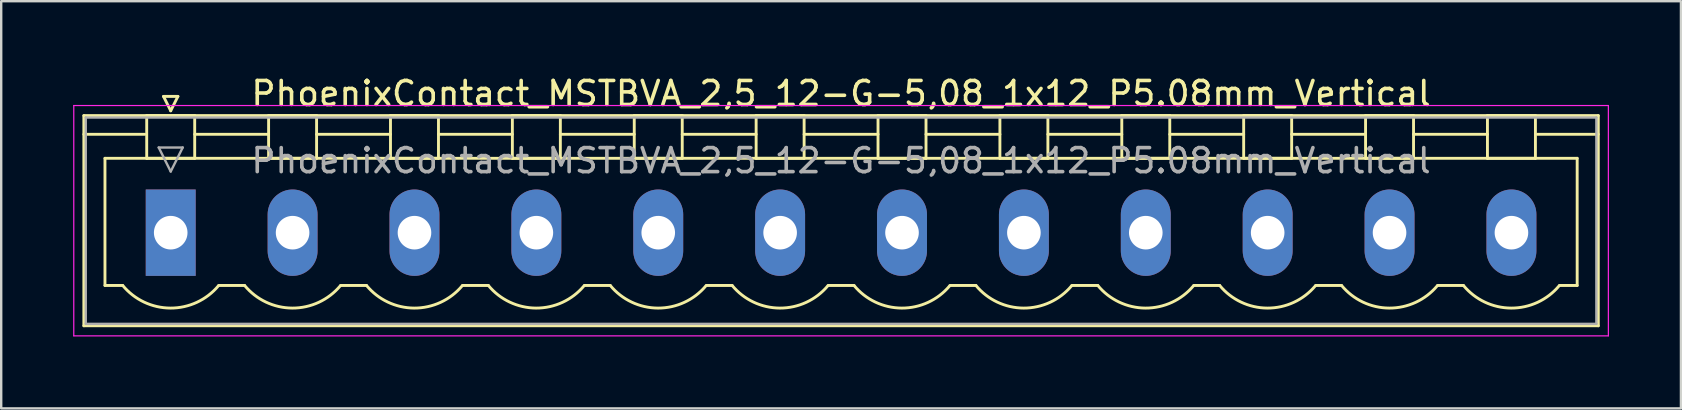
<source format=kicad_pcb>
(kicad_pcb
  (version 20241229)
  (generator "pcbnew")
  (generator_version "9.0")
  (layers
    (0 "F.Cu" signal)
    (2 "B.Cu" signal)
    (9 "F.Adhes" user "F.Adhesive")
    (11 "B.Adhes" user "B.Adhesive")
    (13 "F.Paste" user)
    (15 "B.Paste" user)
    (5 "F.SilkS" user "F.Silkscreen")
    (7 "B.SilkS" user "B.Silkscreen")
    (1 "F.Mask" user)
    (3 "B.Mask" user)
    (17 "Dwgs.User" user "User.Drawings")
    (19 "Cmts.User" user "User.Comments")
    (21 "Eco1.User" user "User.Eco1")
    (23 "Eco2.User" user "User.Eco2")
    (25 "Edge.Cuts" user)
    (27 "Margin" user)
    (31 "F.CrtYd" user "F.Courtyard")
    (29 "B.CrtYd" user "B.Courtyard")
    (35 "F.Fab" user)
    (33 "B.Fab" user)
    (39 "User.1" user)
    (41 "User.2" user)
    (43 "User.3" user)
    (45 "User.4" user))
  (footprint "PhoenixContact_MSTBVA_2,5_12-G-5,08_1x12_P5.08mm_Vertical"
    (layer "F.Cu")
    (at 4.065 6.648)
    (property "Reference" "PhoenixContact_MSTBVA_2,5_12-G-5,08_1x12_P5.08mm_Vertical" (at 27.94 -5.8 0) (layer "F.SilkS") (effects (font (size 1 1) (thickness 0.15))))
    (attr through_hole)
    (fp_line (start -3.62 -4.88) (end -3.62 3.88) (stroke (width 0.12) (type solid)) (layer "F.SilkS"))
    (fp_line (start -3.62 -4.1) (end -1.08 -4.1) (stroke (width 0.12) (type solid)) (layer "F.SilkS"))
    (fp_line (start -3.62 3.88) (end 59.5 3.88) (stroke (width 0.12) (type solid)) (layer "F.SilkS"))
    (fp_line (start -2.74 -3.1) (end 58.62 -3.1) (stroke (width 0.12) (type solid)) (layer "F.SilkS"))
    (fp_line (start -2.74 2.2) (end -2.74 -3.1) (stroke (width 0.12) (type solid)) (layer "F.SilkS"))
    (fp_line (start -2 2.2) (end -2.74 2.2) (stroke (width 0.12) (type solid)) (layer "F.SilkS"))
    (fp_line (start -1 -4.88) (end 1 -4.88) (stroke (width 0.12) (type solid)) (layer "F.SilkS"))
    (fp_line (start -1 -3.1) (end -1 -4.88) (stroke (width 0.12) (type solid)) (layer "F.SilkS"))
    (fp_line (start -0.3 -5.68) (end 0.3 -5.68) (stroke (width 0.12) (type solid)) (layer "F.SilkS"))
    (fp_line (start 0 -5.08) (end -0.3 -5.68) (stroke (width 0.12) (type solid)) (layer "F.SilkS"))
    (fp_line (start 0.3 -5.68) (end 0 -5.08) (stroke (width 0.12) (type solid)) (layer "F.SilkS"))
    (fp_line (start 1 -4.88) (end 1 -3.1) (stroke (width 0.12) (type solid)) (layer "F.SilkS"))
    (fp_line (start 1 -4.1) (end 4.08 -4.1) (stroke (width 0.12) (type solid)) (layer "F.SilkS"))
    (fp_line (start 1 -3.1) (end -1 -3.1) (stroke (width 0.12) (type solid)) (layer "F.SilkS"))
    (fp_line (start 2 2.2) (end 3.08 2.2) (stroke (width 0.12) (type solid)) (layer "F.SilkS"))
    (fp_line (start 4.08 -4.88) (end 6.08 -4.88) (stroke (width 0.12) (type solid)) (layer "F.SilkS"))
    (fp_line (start 4.08 -3.1) (end 4.08 -4.88) (stroke (width 0.12) (type solid)) (layer "F.SilkS"))
    (fp_line (start 6.08 -4.88) (end 6.08 -3.1) (stroke (width 0.12) (type solid)) (layer "F.SilkS"))
    (fp_line (start 6.08 -4.1) (end 9.16 -4.1) (stroke (width 0.12) (type solid)) (layer "F.SilkS"))
    (fp_line (start 6.08 -3.1) (end 4.08 -3.1) (stroke (width 0.12) (type solid)) (layer "F.SilkS"))
    (fp_line (start 7.08 2.2) (end 8.16 2.2) (stroke (width 0.12) (type solid)) (layer "F.SilkS"))
    (fp_line (start 9.16 -4.88) (end 11.16 -4.88) (stroke (width 0.12) (type solid)) (layer "F.SilkS"))
    (fp_line (start 9.16 -3.1) (end 9.16 -4.88) (stroke (width 0.12) (type solid)) (layer "F.SilkS"))
    (fp_line (start 11.16 -4.88) (end 11.16 -3.1) (stroke (width 0.12) (type solid)) (layer "F.SilkS"))
    (fp_line (start 11.16 -4.1) (end 14.24 -4.1) (stroke (width 0.12) (type solid)) (layer "F.SilkS"))
    (fp_line (start 11.16 -3.1) (end 9.16 -3.1) (stroke (width 0.12) (type solid)) (layer "F.SilkS"))
    (fp_line (start 12.16 2.2) (end 13.24 2.2) (stroke (width 0.12) (type solid)) (layer "F.SilkS"))
    (fp_line (start 14.24 -4.88) (end 16.24 -4.88) (stroke (width 0.12) (type solid)) (layer "F.SilkS"))
    (fp_line (start 14.24 -3.1) (end 14.24 -4.88) (stroke (width 0.12) (type solid)) (layer "F.SilkS"))
    (fp_line (start 16.24 -4.88) (end 16.24 -3.1) (stroke (width 0.12) (type solid)) (layer "F.SilkS"))
    (fp_line (start 16.24 -4.1) (end 19.32 -4.1) (stroke (width 0.12) (type solid)) (layer "F.SilkS"))
    (fp_line (start 16.24 -3.1) (end 14.24 -3.1) (stroke (width 0.12) (type solid)) (layer "F.SilkS"))
    (fp_line (start 17.24 2.2) (end 18.32 2.2) (stroke (width 0.12) (type solid)) (layer "F.SilkS"))
    (fp_line (start 19.32 -4.88) (end 21.32 -4.88) (stroke (width 0.12) (type solid)) (layer "F.SilkS"))
    (fp_line (start 19.32 -3.1) (end 19.32 -4.88) (stroke (width 0.12) (type solid)) (layer "F.SilkS"))
    (fp_line (start 21.32 -4.88) (end 21.32 -3.1) (stroke (width 0.12) (type solid)) (layer "F.SilkS"))
    (fp_line (start 21.32 -4.1) (end 24.4 -4.1) (stroke (width 0.12) (type solid)) (layer "F.SilkS"))
    (fp_line (start 21.32 -3.1) (end 19.32 -3.1) (stroke (width 0.12) (type solid)) (layer "F.SilkS"))
    (fp_line (start 22.32 2.2) (end 23.4 2.2) (stroke (width 0.12) (type solid)) (layer "F.SilkS"))
    (fp_line (start 24.4 -4.88) (end 26.4 -4.88) (stroke (width 0.12) (type solid)) (layer "F.SilkS"))
    (fp_line (start 24.4 -3.1) (end 24.4 -4.88) (stroke (width 0.12) (type solid)) (layer "F.SilkS"))
    (fp_line (start 26.4 -4.88) (end 26.4 -3.1) (stroke (width 0.12) (type solid)) (layer "F.SilkS"))
    (fp_line (start 26.4 -4.1) (end 29.48 -4.1) (stroke (width 0.12) (type solid)) (layer "F.SilkS"))
    (fp_line (start 26.4 -3.1) (end 24.4 -3.1) (stroke (width 0.12) (type solid)) (layer "F.SilkS"))
    (fp_line (start 27.4 2.2) (end 28.48 2.2) (stroke (width 0.12) (type solid)) (layer "F.SilkS"))
    (fp_line (start 29.48 -4.88) (end 31.48 -4.88) (stroke (width 0.12) (type solid)) (layer "F.SilkS"))
    (fp_line (start 29.48 -3.1) (end 29.48 -4.88) (stroke (width 0.12) (type solid)) (layer "F.SilkS"))
    (fp_line (start 31.48 -4.88) (end 31.48 -3.1) (stroke (width 0.12) (type solid)) (layer "F.SilkS"))
    (fp_line (start 31.48 -4.1) (end 34.56 -4.1) (stroke (width 0.12) (type solid)) (layer "F.SilkS"))
    (fp_line (start 31.48 -3.1) (end 29.48 -3.1) (stroke (width 0.12) (type solid)) (layer "F.SilkS"))
    (fp_line (start 32.48 2.2) (end 33.56 2.2) (stroke (width 0.12) (type solid)) (layer "F.SilkS"))
    (fp_line (start 34.56 -4.88) (end 36.56 -4.88) (stroke (width 0.12) (type solid)) (layer "F.SilkS"))
    (fp_line (start 34.56 -3.1) (end 34.56 -4.88) (stroke (width 0.12) (type solid)) (layer "F.SilkS"))
    (fp_line (start 36.56 -4.88) (end 36.56 -3.1) (stroke (width 0.12) (type solid)) (layer "F.SilkS"))
    (fp_line (start 36.56 -4.1) (end 39.64 -4.1) (stroke (width 0.12) (type solid)) (layer "F.SilkS"))
    (fp_line (start 36.56 -3.1) (end 34.56 -3.1) (stroke (width 0.12) (type solid)) (layer "F.SilkS"))
    (fp_line (start 37.56 2.2) (end 38.64 2.2) (stroke (width 0.12) (type solid)) (layer "F.SilkS"))
    (fp_line (start 39.64 -4.88) (end 41.64 -4.88) (stroke (width 0.12) (type solid)) (layer "F.SilkS"))
    (fp_line (start 39.64 -3.1) (end 39.64 -4.88) (stroke (width 0.12) (type solid)) (layer "F.SilkS"))
    (fp_line (start 41.64 -4.88) (end 41.64 -3.1) (stroke (width 0.12) (type solid)) (layer "F.SilkS"))
    (fp_line (start 41.64 -4.1) (end 44.72 -4.1) (stroke (width 0.12) (type solid)) (layer "F.SilkS"))
    (fp_line (start 41.64 -3.1) (end 39.64 -3.1) (stroke (width 0.12) (type solid)) (layer "F.SilkS"))
    (fp_line (start 42.64 2.2) (end 43.72 2.2) (stroke (width 0.12) (type solid)) (layer "F.SilkS"))
    (fp_line (start 44.72 -4.88) (end 46.72 -4.88) (stroke (width 0.12) (type solid)) (layer "F.SilkS"))
    (fp_line (start 44.72 -3.1) (end 44.72 -4.88) (stroke (width 0.12) (type solid)) (layer "F.SilkS"))
    (fp_line (start 46.72 -4.88) (end 46.72 -3.1) (stroke (width 0.12) (type solid)) (layer "F.SilkS"))
    (fp_line (start 46.72 -4.1) (end 49.8 -4.1) (stroke (width 0.12) (type solid)) (layer "F.SilkS"))
    (fp_line (start 46.72 -3.1) (end 44.72 -3.1) (stroke (width 0.12) (type solid)) (layer "F.SilkS"))
    (fp_line (start 47.72 2.2) (end 48.8 2.2) (stroke (width 0.12) (type solid)) (layer "F.SilkS"))
    (fp_line (start 49.8 -4.88) (end 51.8 -4.88) (stroke (width 0.12) (type solid)) (layer "F.SilkS"))
    (fp_line (start 49.8 -3.1) (end 49.8 -4.88) (stroke (width 0.12) (type solid)) (layer "F.SilkS"))
    (fp_line (start 51.8 -4.88) (end 51.8 -3.1) (stroke (width 0.12) (type solid)) (layer "F.SilkS"))
    (fp_line (start 51.8 -4.1) (end 54.88 -4.1) (stroke (width 0.12) (type solid)) (layer "F.SilkS"))
    (fp_line (start 51.8 -3.1) (end 49.8 -3.1) (stroke (width 0.12) (type solid)) (layer "F.SilkS"))
    (fp_line (start 52.8 2.2) (end 53.88 2.2) (stroke (width 0.12) (type solid)) (layer "F.SilkS"))
    (fp_line (start 54.88 -4.88) (end 56.88 -4.88) (stroke (width 0.12) (type solid)) (layer "F.SilkS"))
    (fp_line (start 54.88 -3.1) (end 54.88 -4.88) (stroke (width 0.12) (type solid)) (layer "F.SilkS"))
    (fp_line (start 56.88 -4.88) (end 56.88 -3.1) (stroke (width 0.12) (type solid)) (layer "F.SilkS"))
    (fp_line (start 56.88 -3.1) (end 54.88 -3.1) (stroke (width 0.12) (type solid)) (layer "F.SilkS"))
    (fp_line (start 58.62 -3.1) (end 58.62 2.2) (stroke (width 0.12) (type solid)) (layer "F.SilkS"))
    (fp_line (start 58.62 2.2) (end 57.88 2.2) (stroke (width 0.12) (type solid)) (layer "F.SilkS"))
    (fp_line (start 59.5 -4.88) (end -3.62 -4.88) (stroke (width 0.12) (type solid)) (layer "F.SilkS"))
    (fp_line (start 59.5 -4.1) (end 56.96 -4.1) (stroke (width 0.12) (type solid)) (layer "F.SilkS"))
    (fp_line (start 59.5 3.88) (end 59.5 -4.88) (stroke (width 0.12) (type solid)) (layer "F.SilkS"))
    (fp_arc (start 1.986842 2.215821) (mid -0.010289 3.142758) (end -2 2.2) (stroke (width 0.12) (type solid)) (layer "F.SilkS"))
    (fp_arc (start 7.066842 2.215821) (mid 5.069711 3.142758) (end 3.08 2.2) (stroke (width 0.12) (type solid)) (layer "F.SilkS"))
    (fp_arc (start 12.146842 2.215821) (mid 10.149711 3.142758) (end 8.16 2.2) (stroke (width 0.12) (type solid)) (layer "F.SilkS"))
    (fp_arc (start 17.226842 2.215821) (mid 15.229711 3.142758) (end 13.24 2.2) (stroke (width 0.12) (type solid)) (layer "F.SilkS"))
    (fp_arc (start 22.306842 2.215821) (mid 20.309711 3.142758) (end 18.32 2.2) (stroke (width 0.12) (type solid)) (layer "F.SilkS"))
    (fp_arc (start 27.386842 2.215821) (mid 25.389711 3.142758) (end 23.4 2.2) (stroke (width 0.12) (type solid)) (layer "F.SilkS"))
    (fp_arc (start 32.466842 2.215821) (mid 30.469711 3.142758) (end 28.48 2.2) (stroke (width 0.12) (type solid)) (layer "F.SilkS"))
    (fp_arc (start 37.546842 2.215821) (mid 35.549711 3.142758) (end 33.56 2.2) (stroke (width 0.12) (type solid)) (layer "F.SilkS"))
    (fp_arc (start 42.626842 2.215821) (mid 40.629711 3.142758) (end 38.64 2.2) (stroke (width 0.12) (type solid)) (layer "F.SilkS"))
    (fp_arc (start 47.706842 2.215821) (mid 45.709711 3.142758) (end 43.72 2.2) (stroke (width 0.12) (type solid)) (layer "F.SilkS"))
    (fp_arc (start 52.786842 2.215821) (mid 50.789711 3.142758) (end 48.8 2.2) (stroke (width 0.12) (type solid)) (layer "F.SilkS"))
    (fp_arc (start 57.866842 2.215821) (mid 55.869711 3.142758) (end 53.88 2.2) (stroke (width 0.12) (type solid)) (layer "F.SilkS"))
    (fp_line (start -4.04 -5.3) (end -4.04 4.3) (stroke (width 0.05) (type solid)) (layer "F.CrtYd"))
    (fp_line (start -4.04 4.3) (end 59.92 4.3) (stroke (width 0.05) (type solid)) (layer "F.CrtYd"))
    (fp_line (start 59.92 -5.3) (end -4.04 -5.3) (stroke (width 0.05) (type solid)) (layer "F.CrtYd"))
    (fp_line (start 59.92 4.3) (end 59.92 -5.3) (stroke (width 0.05) (type solid)) (layer "F.CrtYd"))
    (fp_line (start -3.54 -4.8) (end -3.54 3.8) (stroke (width 0.1) (type solid)) (layer "F.Fab"))
    (fp_line (start -3.54 3.8) (end 59.42 3.8) (stroke (width 0.1) (type solid)) (layer "F.Fab"))
    (fp_line (start -0.5 -3.55) (end 0.5 -3.55) (stroke (width 0.1) (type solid)) (layer "F.Fab"))
    (fp_line (start 0 -2.55) (end -0.5 -3.55) (stroke (width 0.1) (type solid)) (layer "F.Fab"))
    (fp_line (start 0.5 -3.55) (end 0 -2.55) (stroke (width 0.1) (type solid)) (layer "F.Fab"))
    (fp_line (start 59.42 -4.8) (end -3.54 -4.8) (stroke (width 0.1) (type solid)) (layer "F.Fab"))
    (fp_line (start 59.42 3.8) (end 59.42 -4.8) (stroke (width 0.1) (type solid)) (layer "F.Fab"))
    (fp_text user "${REFERENCE}" (at 27.94 -3 0) (layer "F.Fab") (effects (font (size 1 1) (thickness 0.15))))
    (pad "1" thru_hole rect (at 0 0) (size 2.08 3.6) (drill 1.4) (layers "*.Cu" "*.Mask"))
    (pad "2" thru_hole oval (at 5.08 0) (size 2.08 3.6) (drill 1.4) (layers "*.Cu" "*.Mask"))
    (pad "3" thru_hole oval (at 10.16 0) (size 2.08 3.6) (drill 1.4) (layers "*.Cu" "*.Mask"))
    (pad "4" thru_hole oval (at 15.24 0) (size 2.08 3.6) (drill 1.4) (layers "*.Cu" "*.Mask"))
    (pad "5" thru_hole oval (at 20.32 0) (size 2.08 3.6) (drill 1.4) (layers "*.Cu" "*.Mask"))
    (pad "6" thru_hole oval (at 25.4 0) (size 2.08 3.6) (drill 1.4) (layers "*.Cu" "*.Mask"))
    (pad "7" thru_hole oval (at 30.48 0) (size 2.08 3.6) (drill 1.4) (layers "*.Cu" "*.Mask"))
    (pad "8" thru_hole oval (at 35.56 0) (size 2.08 3.6) (drill 1.4) (layers "*.Cu" "*.Mask"))
    (pad "9" thru_hole oval (at 40.64 0) (size 2.08 3.6) (drill 1.4) (layers "*.Cu" "*.Mask"))
    (pad "10" thru_hole oval (at 45.72 0) (size 2.08 3.6) (drill 1.4) (layers "*.Cu" "*.Mask"))
    (pad "11" thru_hole oval (at 50.8 0) (size 2.08 3.6) (drill 1.4) (layers "*.Cu" "*.Mask"))
    (pad "12" thru_hole oval (at 55.88 0) (size 2.08 3.6) (drill 1.4) (layers "*.Cu" "*.Mask")))
  (gr_rect
    (start -3 -3)
    (end 67.01 13.973)
    (stroke (width 0.1) (type default))
    (fill no)
    (layer "Edge.Cuts")))
</source>
